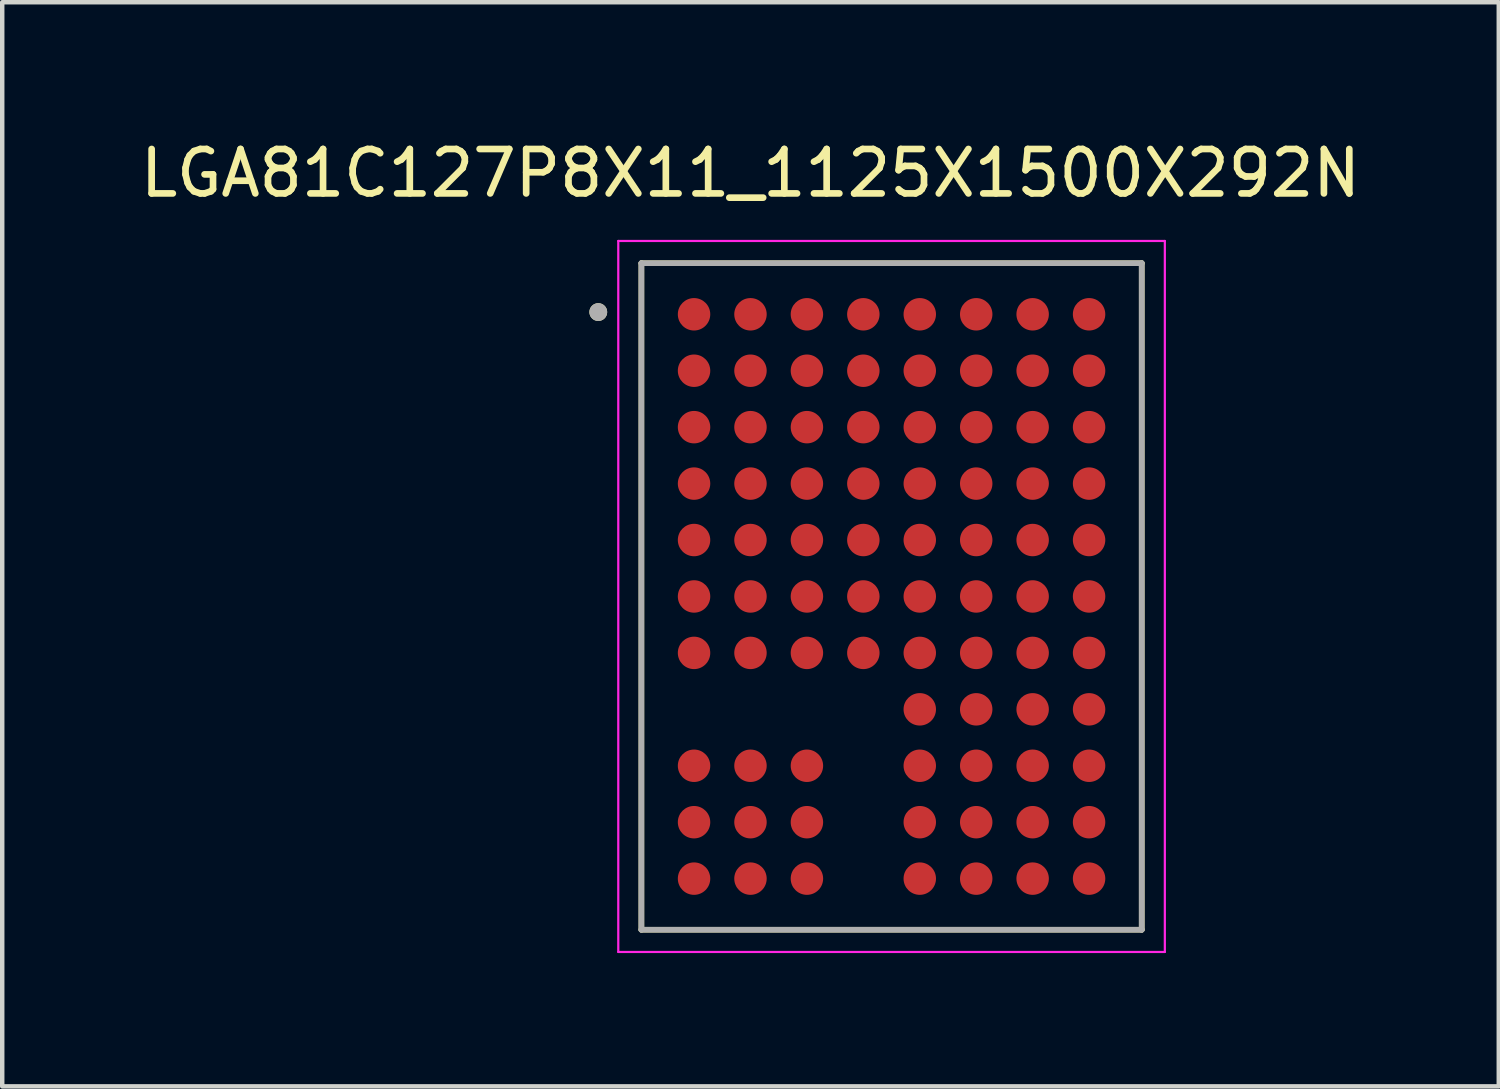
<source format=kicad_pcb>
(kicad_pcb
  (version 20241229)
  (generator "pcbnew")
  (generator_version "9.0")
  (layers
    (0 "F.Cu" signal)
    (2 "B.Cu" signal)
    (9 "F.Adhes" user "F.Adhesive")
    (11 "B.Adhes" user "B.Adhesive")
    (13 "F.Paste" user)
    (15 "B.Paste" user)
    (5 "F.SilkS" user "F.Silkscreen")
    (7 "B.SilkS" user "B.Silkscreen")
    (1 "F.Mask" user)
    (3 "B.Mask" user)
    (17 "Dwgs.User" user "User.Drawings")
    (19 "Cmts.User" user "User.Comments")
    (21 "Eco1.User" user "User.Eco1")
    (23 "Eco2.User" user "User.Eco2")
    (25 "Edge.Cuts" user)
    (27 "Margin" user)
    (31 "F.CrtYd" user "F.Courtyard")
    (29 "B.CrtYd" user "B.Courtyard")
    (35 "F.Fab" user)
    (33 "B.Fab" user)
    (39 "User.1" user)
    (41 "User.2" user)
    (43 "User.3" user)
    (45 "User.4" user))
  (footprint "LGA81C127P8X11_1125X1500X292N"
    (layer "F.Cu")
    (at 17.014 10.373)
    (property "Reference" "LGA81C127P8X11_1125X1500X292N" (at -3.175 -9.525 0) (layer "F.SilkS") (effects (font (size 1 1) (thickness 0.15))))
    (attr through_hole)
    (fp_line (start -5.63 -7.5) (end 5.63 -7.5) (stroke (width 0.127) (type solid)) (layer "F.SilkS"))
    (fp_line (start -5.63 7.5) (end -5.63 -7.5) (stroke (width 0.127) (type solid)) (layer "F.SilkS"))
    (fp_line (start 5.63 -7.5) (end 5.63 7.5) (stroke (width 0.127) (type solid)) (layer "F.SilkS"))
    (fp_line (start 5.63 7.5) (end -5.63 7.5) (stroke (width 0.127) (type solid)) (layer "F.SilkS"))
    (fp_circle (center -6.6 -6.4) (end -6.5 -6.4) (stroke (width 0.2) (type solid)) (fill no) (layer "F.SilkS"))
    (fp_line (start -6.15 -8) (end 6.15 -8) (stroke (width 0.05) (type solid)) (layer "F.CrtYd"))
    (fp_line (start -6.15 8) (end -6.15 -8) (stroke (width 0.05) (type solid)) (layer "F.CrtYd"))
    (fp_line (start 6.15 -8) (end 6.15 8) (stroke (width 0.05) (type solid)) (layer "F.CrtYd"))
    (fp_line (start 6.15 8) (end -6.15 8) (stroke (width 0.05) (type solid)) (layer "F.CrtYd"))
    (fp_line (start -5.63 -7.5) (end 5.63 -7.5) (stroke (width 0.127) (type solid)) (layer "F.Fab"))
    (fp_line (start -5.63 7.5) (end -5.63 -7.5) (stroke (width 0.127) (type solid)) (layer "F.Fab"))
    (fp_line (start 5.63 -7.5) (end 5.63 7.5) (stroke (width 0.127) (type solid)) (layer "F.Fab"))
    (fp_line (start 5.63 7.5) (end -5.63 7.5) (stroke (width 0.127) (type solid)) (layer "F.Fab"))
    (fp_circle (center -6.6 -6.4) (end -6.5 -6.4) (stroke (width 0.2) (type solid)) (fill no) (layer "F.Fab"))
    (pad "A1" smd circle (at -4.445 -6.35) (size 0.73 0.73) (layers "F.Cu" "F.Mask" "F.Paste"))
    (pad "A2" smd circle (at -3.175 -6.35) (size 0.73 0.73) (layers "F.Cu" "F.Mask" "F.Paste"))
    (pad "A3" smd circle (at -1.905 -6.35) (size 0.73 0.73) (layers "F.Cu" "F.Mask" "F.Paste"))
    (pad "A4" smd circle (at -0.635 -6.35) (size 0.73 0.73) (layers "F.Cu" "F.Mask" "F.Paste"))
    (pad "A5" smd circle (at 0.635 -6.35) (size 0.73 0.73) (layers "F.Cu" "F.Mask" "F.Paste"))
    (pad "A6" smd circle (at 1.905 -6.35) (size 0.73 0.73) (layers "F.Cu" "F.Mask" "F.Paste"))
    (pad "A7" smd circle (at 3.175 -6.35) (size 0.73 0.73) (layers "F.Cu" "F.Mask" "F.Paste"))
    (pad "A8" smd circle (at 4.445 -6.35) (size 0.73 0.73) (layers "F.Cu" "F.Mask" "F.Paste"))
    (pad "B1" smd circle (at -4.445 -5.08) (size 0.73 0.73) (layers "F.Cu" "F.Mask" "F.Paste"))
    (pad "B2" smd circle (at -3.175 -5.08) (size 0.73 0.73) (layers "F.Cu" "F.Mask" "F.Paste"))
    (pad "B3" smd circle (at -1.905 -5.08) (size 0.73 0.73) (layers "F.Cu" "F.Mask" "F.Paste"))
    (pad "B4" smd circle (at -0.635 -5.08) (size 0.73 0.73) (layers "F.Cu" "F.Mask" "F.Paste"))
    (pad "B5" smd circle (at 0.635 -5.08) (size 0.73 0.73) (layers "F.Cu" "F.Mask" "F.Paste"))
    (pad "B6" smd circle (at 1.905 -5.08) (size 0.73 0.73) (layers "F.Cu" "F.Mask" "F.Paste"))
    (pad "B7" smd circle (at 3.175 -5.08) (size 0.73 0.73) (layers "F.Cu" "F.Mask" "F.Paste"))
    (pad "B8" smd circle (at 4.445 -5.08) (size 0.73 0.73) (layers "F.Cu" "F.Mask" "F.Paste"))
    (pad "C1" smd circle (at -4.445 -3.81) (size 0.73 0.73) (layers "F.Cu" "F.Mask" "F.Paste"))
    (pad "C2" smd circle (at -3.175 -3.81) (size 0.73 0.73) (layers "F.Cu" "F.Mask" "F.Paste"))
    (pad "C3" smd circle (at -1.905 -3.81) (size 0.73 0.73) (layers "F.Cu" "F.Mask" "F.Paste"))
    (pad "C4" smd circle (at -0.635 -3.81) (size 0.73 0.73) (layers "F.Cu" "F.Mask" "F.Paste"))
    (pad "C5" smd circle (at 0.635 -3.81) (size 0.73 0.73) (layers "F.Cu" "F.Mask" "F.Paste"))
    (pad "C6" smd circle (at 1.905 -3.81) (size 0.73 0.73) (layers "F.Cu" "F.Mask" "F.Paste"))
    (pad "C7" smd circle (at 3.175 -3.81) (size 0.73 0.73) (layers "F.Cu" "F.Mask" "F.Paste"))
    (pad "C8" smd circle (at 4.445 -3.81) (size 0.73 0.73) (layers "F.Cu" "F.Mask" "F.Paste"))
    (pad "D1" smd circle (at -4.445 -2.54) (size 0.73 0.73) (layers "F.Cu" "F.Mask" "F.Paste"))
    (pad "D2" smd circle (at -3.175 -2.54) (size 0.73 0.73) (layers "F.Cu" "F.Mask" "F.Paste"))
    (pad "D3" smd circle (at -1.905 -2.54) (size 0.73 0.73) (layers "F.Cu" "F.Mask" "F.Paste"))
    (pad "D4" smd circle (at -0.635 -2.54) (size 0.73 0.73) (layers "F.Cu" "F.Mask" "F.Paste"))
    (pad "D5" smd circle (at 0.635 -2.54) (size 0.73 0.73) (layers "F.Cu" "F.Mask" "F.Paste"))
    (pad "D6" smd circle (at 1.905 -2.54) (size 0.73 0.73) (layers "F.Cu" "F.Mask" "F.Paste"))
    (pad "D7" smd circle (at 3.175 -2.54) (size 0.73 0.73) (layers "F.Cu" "F.Mask" "F.Paste"))
    (pad "D8" smd circle (at 4.445 -2.54) (size 0.73 0.73) (layers "F.Cu" "F.Mask" "F.Paste"))
    (pad "E1" smd circle (at -4.445 -1.27) (size 0.73 0.73) (layers "F.Cu" "F.Mask" "F.Paste"))
    (pad "E2" smd circle (at -3.175 -1.27) (size 0.73 0.73) (layers "F.Cu" "F.Mask" "F.Paste"))
    (pad "E3" smd circle (at -1.905 -1.27) (size 0.73 0.73) (layers "F.Cu" "F.Mask" "F.Paste"))
    (pad "E4" smd circle (at -0.635 -1.27) (size 0.73 0.73) (layers "F.Cu" "F.Mask" "F.Paste"))
    (pad "E5" smd circle (at 0.635 -1.27) (size 0.73 0.73) (layers "F.Cu" "F.Mask" "F.Paste"))
    (pad "E6" smd circle (at 1.905 -1.27) (size 0.73 0.73) (layers "F.Cu" "F.Mask" "F.Paste"))
    (pad "E7" smd circle (at 3.175 -1.27) (size 0.73 0.73) (layers "F.Cu" "F.Mask" "F.Paste"))
    (pad "E8" smd circle (at 4.445 -1.27) (size 0.73 0.73) (layers "F.Cu" "F.Mask" "F.Paste"))
    (pad "F1" smd circle (at -4.445 0) (size 0.73 0.73) (layers "F.Cu" "F.Mask" "F.Paste"))
    (pad "F2" smd circle (at -3.175 0) (size 0.73 0.73) (layers "F.Cu" "F.Mask" "F.Paste"))
    (pad "F3" smd circle (at -1.905 0) (size 0.73 0.73) (layers "F.Cu" "F.Mask" "F.Paste"))
    (pad "F4" smd circle (at -0.635 0) (size 0.73 0.73) (layers "F.Cu" "F.Mask" "F.Paste"))
    (pad "F5" smd circle (at 0.635 0) (size 0.73 0.73) (layers "F.Cu" "F.Mask" "F.Paste"))
    (pad "F6" smd circle (at 1.905 0) (size 0.73 0.73) (layers "F.Cu" "F.Mask" "F.Paste"))
    (pad "F7" smd circle (at 3.175 0) (size 0.73 0.73) (layers "F.Cu" "F.Mask" "F.Paste"))
    (pad "F8" smd circle (at 4.445 0) (size 0.73 0.73) (layers "F.Cu" "F.Mask" "F.Paste"))
    (pad "G1" smd circle (at -4.445 1.27) (size 0.73 0.73) (layers "F.Cu" "F.Mask" "F.Paste"))
    (pad "G2" smd circle (at -3.175 1.27) (size 0.73 0.73) (layers "F.Cu" "F.Mask" "F.Paste"))
    (pad "G3" smd circle (at -1.905 1.27) (size 0.73 0.73) (layers "F.Cu" "F.Mask" "F.Paste"))
    (pad "G4" smd circle (at -0.635 1.27) (size 0.73 0.73) (layers "F.Cu" "F.Mask" "F.Paste"))
    (pad "G5" smd circle (at 0.635 1.27) (size 0.73 0.73) (layers "F.Cu" "F.Mask" "F.Paste"))
    (pad "G6" smd circle (at 1.905 1.27) (size 0.73 0.73) (layers "F.Cu" "F.Mask" "F.Paste"))
    (pad "G7" smd circle (at 3.175 1.27) (size 0.73 0.73) (layers "F.Cu" "F.Mask" "F.Paste"))
    (pad "G8" smd circle (at 4.445 1.27) (size 0.73 0.73) (layers "F.Cu" "F.Mask" "F.Paste"))
    (pad "H5" smd circle (at 0.635 2.54) (size 0.73 0.73) (layers "F.Cu" "F.Mask" "F.Paste"))
    (pad "H6" smd circle (at 1.905 2.54) (size 0.73 0.73) (layers "F.Cu" "F.Mask" "F.Paste"))
    (pad "H7" smd circle (at 3.175 2.54) (size 0.73 0.73) (layers "F.Cu" "F.Mask" "F.Paste"))
    (pad "H8" smd circle (at 4.445 2.54) (size 0.73 0.73) (layers "F.Cu" "F.Mask" "F.Paste"))
    (pad "J1" smd circle (at -4.445 3.81) (size 0.73 0.73) (layers "F.Cu" "F.Mask" "F.Paste"))
    (pad "J2" smd circle (at -3.175 3.81) (size 0.73 0.73) (layers "F.Cu" "F.Mask" "F.Paste"))
    (pad "J3" smd circle (at -1.905 3.81) (size 0.73 0.73) (layers "F.Cu" "F.Mask" "F.Paste"))
    (pad "J5" smd circle (at 0.635 3.81) (size 0.73 0.73) (layers "F.Cu" "F.Mask" "F.Paste"))
    (pad "J6" smd circle (at 1.905 3.81) (size 0.73 0.73) (layers "F.Cu" "F.Mask" "F.Paste"))
    (pad "J7" smd circle (at 3.175 3.81) (size 0.73 0.73) (layers "F.Cu" "F.Mask" "F.Paste"))
    (pad "J8" smd circle (at 4.445 3.81) (size 0.73 0.73) (layers "F.Cu" "F.Mask" "F.Paste"))
    (pad "K1" smd circle (at -4.445 5.08) (size 0.73 0.73) (layers "F.Cu" "F.Mask" "F.Paste"))
    (pad "K2" smd circle (at -3.175 5.08) (size 0.73 0.73) (layers "F.Cu" "F.Mask" "F.Paste"))
    (pad "K3" smd circle (at -1.905 5.08) (size 0.73 0.73) (layers "F.Cu" "F.Mask" "F.Paste"))
    (pad "K5" smd circle (at 0.635 5.08) (size 0.73 0.73) (layers "F.Cu" "F.Mask" "F.Paste"))
    (pad "K6" smd circle (at 1.905 5.08) (size 0.73 0.73) (layers "F.Cu" "F.Mask" "F.Paste"))
    (pad "K7" smd circle (at 3.175 5.08) (size 0.73 0.73) (layers "F.Cu" "F.Mask" "F.Paste"))
    (pad "K8" smd circle (at 4.445 5.08) (size 0.73 0.73) (layers "F.Cu" "F.Mask" "F.Paste"))
    (pad "L1" smd circle (at -4.445 6.35) (size 0.73 0.73) (layers "F.Cu" "F.Mask" "F.Paste"))
    (pad "L2" smd circle (at -3.175 6.35) (size 0.73 0.73) (layers "F.Cu" "F.Mask" "F.Paste"))
    (pad "L3" smd circle (at -1.905 6.35) (size 0.73 0.73) (layers "F.Cu" "F.Mask" "F.Paste"))
    (pad "L5" smd circle (at 0.635 6.35) (size 0.73 0.73) (layers "F.Cu" "F.Mask" "F.Paste"))
    (pad "L6" smd circle (at 1.905 6.35) (size 0.73 0.73) (layers "F.Cu" "F.Mask" "F.Paste"))
    (pad "L7" smd circle (at 3.175 6.35) (size 0.73 0.73) (layers "F.Cu" "F.Mask" "F.Paste"))
    (pad "L8" smd circle (at 4.445 6.35) (size 0.73 0.73) (layers "F.Cu" "F.Mask" "F.Paste")))
  (gr_rect
    (start -3 -3)
    (end 30.679 21.398)
    (stroke (width 0.1) (type default))
    (fill no)
    (layer "Edge.Cuts")))
</source>
